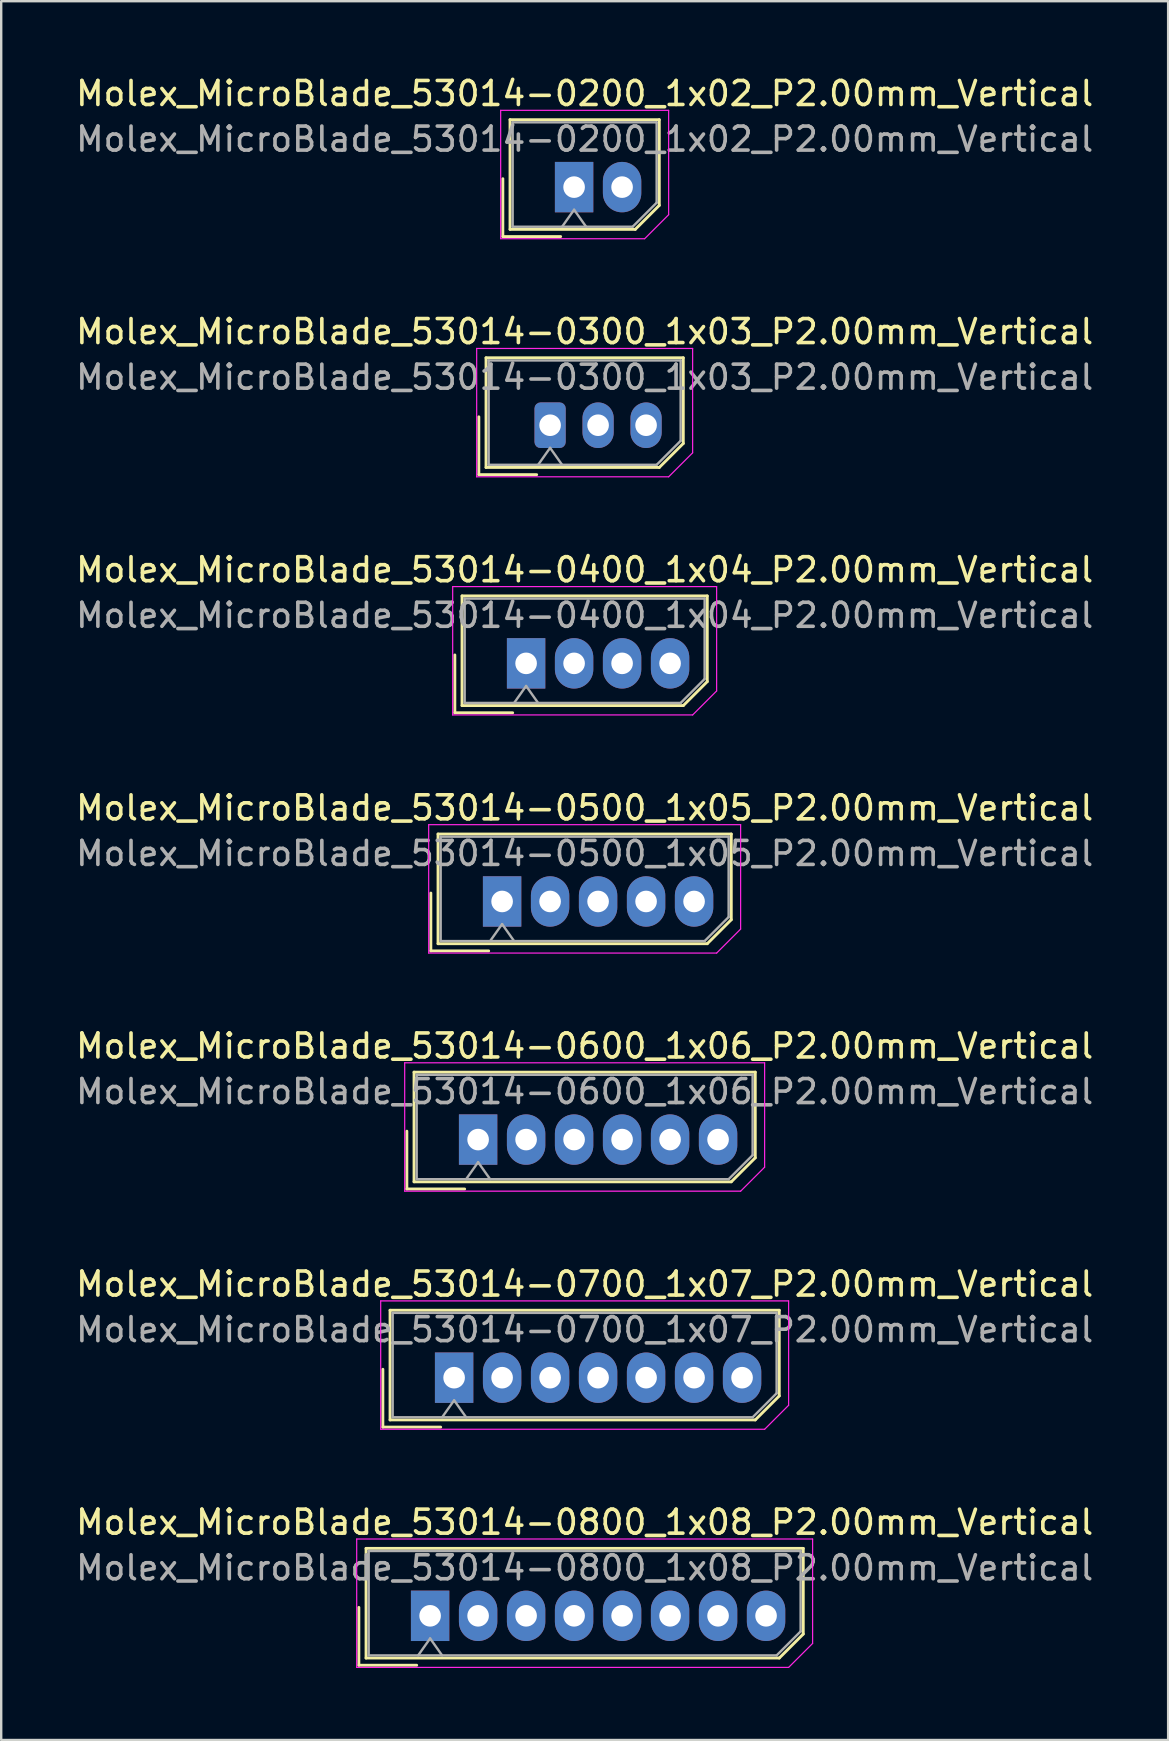
<source format=kicad_pcb>
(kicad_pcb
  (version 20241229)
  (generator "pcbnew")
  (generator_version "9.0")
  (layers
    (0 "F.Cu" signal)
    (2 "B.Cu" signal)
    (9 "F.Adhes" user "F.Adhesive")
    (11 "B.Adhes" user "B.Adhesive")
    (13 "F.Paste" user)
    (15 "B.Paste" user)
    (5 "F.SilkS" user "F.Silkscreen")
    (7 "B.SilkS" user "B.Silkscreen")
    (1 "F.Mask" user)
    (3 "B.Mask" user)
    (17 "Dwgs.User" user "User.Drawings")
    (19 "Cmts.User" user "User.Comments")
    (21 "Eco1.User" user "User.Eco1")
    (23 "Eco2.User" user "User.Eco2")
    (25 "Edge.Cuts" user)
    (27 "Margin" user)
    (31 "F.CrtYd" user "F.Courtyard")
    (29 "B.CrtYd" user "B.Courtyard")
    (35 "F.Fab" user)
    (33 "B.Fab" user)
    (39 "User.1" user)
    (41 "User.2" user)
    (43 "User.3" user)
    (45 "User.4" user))
  (footprint "Molex_MicroBlade_53014-0800_1x08_P2.00mm_Vertical"
    (layer "F.Cu")
    (at 14.875 64.288)
    (property "Reference" "Molex_MicroBlade_53014-0800_1x08_P2.00mm_Vertical" (at 6.44 -3.9 0) (layer "F.SilkS") (effects (font (size 1 1) (thickness 0.15))))
    (attr through_hole)
    (fp_line (start -2.97 -0.35) (end -2.97 2.06) (stroke (width 0.12) (type solid)) (layer "F.SilkS"))
    (fp_line (start -2.97 2.06) (end -0.56 2.06) (stroke (width 0.12) (type solid)) (layer "F.SilkS"))
    (fp_line (start -2.67 -2.81) (end -2.67 1.76) (stroke (width 0.12) (type solid)) (layer "F.SilkS"))
    (fp_line (start -2.67 1.76) (end 14.55 1.76) (stroke (width 0.12) (type solid)) (layer "F.SilkS"))
    (fp_line (start 14.55 1.76) (end 15.55 0.76) (stroke (width 0.12) (type solid)) (layer "F.SilkS"))
    (fp_line (start 15.55 -2.81) (end -2.67 -2.81) (stroke (width 0.12) (type solid)) (layer "F.SilkS"))
    (fp_line (start 15.55 0.76) (end 15.55 -2.81) (stroke (width 0.12) (type solid)) (layer "F.SilkS"))
    (fp_line (start -3.06 -3.2) (end -3.06 2.15) (stroke (width 0.05) (type solid)) (layer "F.CrtYd"))
    (fp_line (start -3.06 2.15) (end 14.94 2.15) (stroke (width 0.05) (type solid)) (layer "F.CrtYd"))
    (fp_line (start 14.94 2.15) (end 15.94 1.15) (stroke (width 0.05) (type solid)) (layer "F.CrtYd"))
    (fp_line (start 15.94 -3.2) (end -3.06 -3.2) (stroke (width 0.05) (type solid)) (layer "F.CrtYd"))
    (fp_line (start 15.94 1.15) (end 15.94 -3.2) (stroke (width 0.05) (type solid)) (layer "F.CrtYd"))
    (fp_line (start -2.56 -2.7) (end -2.56 1.65) (stroke (width 0.1) (type solid)) (layer "F.Fab"))
    (fp_line (start -2.56 1.65) (end 14.44 1.65) (stroke (width 0.1) (type solid)) (layer "F.Fab"))
    (fp_line (start -0.5 1.65) (end 0 0.943) (stroke (width 0.1) (type solid)) (layer "F.Fab"))
    (fp_line (start 0 0.943) (end 0.5 1.65) (stroke (width 0.1) (type solid)) (layer "F.Fab"))
    (fp_line (start 14.44 1.65) (end 15.44 0.65) (stroke (width 0.1) (type solid)) (layer "F.Fab"))
    (fp_line (start 15.44 -2.7) (end -2.56 -2.7) (stroke (width 0.1) (type solid)) (layer "F.Fab"))
    (fp_line (start 15.44 0.65) (end 15.44 -2.7) (stroke (width 0.1) (type solid)) (layer "F.Fab"))
    (fp_text user "${REFERENCE}" (at 6.44 -2 0) (layer "F.Fab") (effects (font (size 1 1) (thickness 0.15))))
    (pad "1" thru_hole rect (at 0 0) (size 1.6 2.1) (drill 0.9) (layers "*.Cu" "*.Mask"))
    (pad "2" thru_hole oval (at 2 0) (size 1.6 2.1) (drill 0.9) (layers "*.Cu" "*.Mask"))
    (pad "3" thru_hole oval (at 4 0) (size 1.6 2.1) (drill 0.9) (layers "*.Cu" "*.Mask"))
    (pad "4" thru_hole oval (at 6 0) (size 1.6 2.1) (drill 0.9) (layers "*.Cu" "*.Mask"))
    (pad "5" thru_hole oval (at 8 0) (size 1.6 2.1) (drill 0.9) (layers "*.Cu" "*.Mask"))
    (pad "6" thru_hole oval (at 10 0) (size 1.6 2.1) (drill 0.9) (layers "*.Cu" "*.Mask"))
    (pad "7" thru_hole oval (at 12 0) (size 1.6 2.1) (drill 0.9) (layers "*.Cu" "*.Mask"))
    (pad "8" thru_hole oval (at 14 0) (size 1.6 2.1) (drill 0.9) (layers "*.Cu" "*.Mask")))
  (footprint "Molex_MicroBlade_53014-0600_1x06_P2.00mm_Vertical"
    (layer "F.Cu")
    (at 16.875 44.441)
    (property "Reference" "Molex_MicroBlade_53014-0600_1x06_P2.00mm_Vertical" (at 4.44 -3.9 0) (layer "F.SilkS") (effects (font (size 1 1) (thickness 0.15))))
    (attr through_hole)
    (fp_line (start -2.97 -0.35) (end -2.97 2.06) (stroke (width 0.12) (type solid)) (layer "F.SilkS"))
    (fp_line (start -2.97 2.06) (end -0.56 2.06) (stroke (width 0.12) (type solid)) (layer "F.SilkS"))
    (fp_line (start -2.67 -2.81) (end -2.67 1.76) (stroke (width 0.12) (type solid)) (layer "F.SilkS"))
    (fp_line (start -2.67 1.76) (end 10.55 1.76) (stroke (width 0.12) (type solid)) (layer "F.SilkS"))
    (fp_line (start 10.55 1.76) (end 11.55 0.76) (stroke (width 0.12) (type solid)) (layer "F.SilkS"))
    (fp_line (start 11.55 -2.81) (end -2.67 -2.81) (stroke (width 0.12) (type solid)) (layer "F.SilkS"))
    (fp_line (start 11.55 0.76) (end 11.55 -2.81) (stroke (width 0.12) (type solid)) (layer "F.SilkS"))
    (fp_line (start -3.06 -3.2) (end -3.06 2.15) (stroke (width 0.05) (type solid)) (layer "F.CrtYd"))
    (fp_line (start -3.06 2.15) (end 10.94 2.15) (stroke (width 0.05) (type solid)) (layer "F.CrtYd"))
    (fp_line (start 10.94 2.15) (end 11.94 1.15) (stroke (width 0.05) (type solid)) (layer "F.CrtYd"))
    (fp_line (start 11.94 -3.2) (end -3.06 -3.2) (stroke (width 0.05) (type solid)) (layer "F.CrtYd"))
    (fp_line (start 11.94 1.15) (end 11.94 -3.2) (stroke (width 0.05) (type solid)) (layer "F.CrtYd"))
    (fp_line (start -2.56 -2.7) (end -2.56 1.65) (stroke (width 0.1) (type solid)) (layer "F.Fab"))
    (fp_line (start -2.56 1.65) (end 10.44 1.65) (stroke (width 0.1) (type solid)) (layer "F.Fab"))
    (fp_line (start -0.5 1.65) (end 0 0.943) (stroke (width 0.1) (type solid)) (layer "F.Fab"))
    (fp_line (start 0 0.943) (end 0.5 1.65) (stroke (width 0.1) (type solid)) (layer "F.Fab"))
    (fp_line (start 10.44 1.65) (end 11.44 0.65) (stroke (width 0.1) (type solid)) (layer "F.Fab"))
    (fp_line (start 11.44 -2.7) (end -2.56 -2.7) (stroke (width 0.1) (type solid)) (layer "F.Fab"))
    (fp_line (start 11.44 0.65) (end 11.44 -2.7) (stroke (width 0.1) (type solid)) (layer "F.Fab"))
    (fp_text user "${REFERENCE}" (at 4.44 -2 0) (layer "F.Fab") (effects (font (size 1 1) (thickness 0.15))))
    (pad "1" thru_hole rect (at 0 0) (size 1.6 2.1) (drill 0.9) (layers "*.Cu" "*.Mask"))
    (pad "2" thru_hole oval (at 2 0) (size 1.6 2.1) (drill 0.9) (layers "*.Cu" "*.Mask"))
    (pad "3" thru_hole oval (at 4 0) (size 1.6 2.1) (drill 0.9) (layers "*.Cu" "*.Mask"))
    (pad "4" thru_hole oval (at 6 0) (size 1.6 2.1) (drill 0.9) (layers "*.Cu" "*.Mask"))
    (pad "5" thru_hole oval (at 8 0) (size 1.6 2.1) (drill 0.9) (layers "*.Cu" "*.Mask"))
    (pad "6" thru_hole oval (at 10 0) (size 1.6 2.1) (drill 0.9) (layers "*.Cu" "*.Mask")))
  (footprint "Molex_MicroBlade_53014-0300_1x03_P2.00mm_Vertical"
    (layer "F.Cu")
    (at 19.875 14.671)
    (property "Reference" "Molex_MicroBlade_53014-0300_1x03_P2.00mm_Vertical" (at 1.44 -3.9 0) (layer "F.SilkS") (effects (font (size 1 1) (thickness 0.15))))
    (attr through_hole)
    (fp_line (start -2.97 -0.35) (end -2.97 2.06) (stroke (width 0.12) (type solid)) (layer "F.SilkS"))
    (fp_line (start -2.97 2.06) (end -0.56 2.06) (stroke (width 0.12) (type solid)) (layer "F.SilkS"))
    (fp_line (start -2.67 -2.81) (end -2.67 1.76) (stroke (width 0.12) (type solid)) (layer "F.SilkS"))
    (fp_line (start -2.67 1.76) (end 4.55 1.76) (stroke (width 0.12) (type solid)) (layer "F.SilkS"))
    (fp_line (start 4.55 1.76) (end 5.55 0.76) (stroke (width 0.12) (type solid)) (layer "F.SilkS"))
    (fp_line (start 5.55 -2.81) (end -2.67 -2.81) (stroke (width 0.12) (type solid)) (layer "F.SilkS"))
    (fp_line (start 5.55 0.76) (end 5.55 -2.81) (stroke (width 0.12) (type solid)) (layer "F.SilkS"))
    (fp_line (start -3.06 -3.2) (end -3.06 2.15) (stroke (width 0.05) (type solid)) (layer "F.CrtYd"))
    (fp_line (start -3.06 2.15) (end 4.94 2.15) (stroke (width 0.05) (type solid)) (layer "F.CrtYd"))
    (fp_line (start 4.94 2.15) (end 5.94 1.15) (stroke (width 0.05) (type solid)) (layer "F.CrtYd"))
    (fp_line (start 5.94 -3.2) (end -3.06 -3.2) (stroke (width 0.05) (type solid)) (layer "F.CrtYd"))
    (fp_line (start 5.94 1.15) (end 5.94 -3.2) (stroke (width 0.05) (type solid)) (layer "F.CrtYd"))
    (fp_line (start -2.56 -2.7) (end -2.56 1.65) (stroke (width 0.1) (type solid)) (layer "F.Fab"))
    (fp_line (start -2.56 1.65) (end 4.44 1.65) (stroke (width 0.1) (type solid)) (layer "F.Fab"))
    (fp_line (start -0.5 1.65) (end 0 0.943) (stroke (width 0.1) (type solid)) (layer "F.Fab"))
    (fp_line (start 0 0.943) (end 0.5 1.65) (stroke (width 0.1) (type solid)) (layer "F.Fab"))
    (fp_line (start 4.44 1.65) (end 5.44 0.65) (stroke (width 0.1) (type solid)) (layer "F.Fab"))
    (fp_line (start 5.44 -2.7) (end -2.56 -2.7) (stroke (width 0.1) (type solid)) (layer "F.Fab"))
    (fp_line (start 5.44 0.65) (end 5.44 -2.7) (stroke (width 0.1) (type solid)) (layer "F.Fab"))
    (fp_text user "${REFERENCE}" (at 1.44 -2 0) (layer "F.Fab") (effects (font (size 1 1) (thickness 0.15))))
    (pad "1" thru_hole roundrect (at 0 0) (size 1.3 1.9) (drill 0.9) (layers "*.Cu" "*.Mask") (roundrect_rratio 0.192))
    (pad "2" thru_hole oval (at 2 0) (size 1.3 1.9) (drill 0.9) (layers "*.Cu" "*.Mask"))
    (pad "3" thru_hole oval (at 4 0) (size 1.3 1.9) (drill 0.9) (layers "*.Cu" "*.Mask")))
  (footprint "Molex_MicroBlade_53014-0200_1x02_P2.00mm_Vertical"
    (layer "F.Cu")
    (at 20.875 4.748)
    (property "Reference" "Molex_MicroBlade_53014-0200_1x02_P2.00mm_Vertical" (at 0.44 -3.9 0) (layer "F.SilkS") (effects (font (size 1 1) (thickness 0.15))))
    (attr through_hole)
    (fp_line (start -2.97 -0.35) (end -2.97 2.06) (stroke (width 0.12) (type solid)) (layer "F.SilkS"))
    (fp_line (start -2.97 2.06) (end -0.56 2.06) (stroke (width 0.12) (type solid)) (layer "F.SilkS"))
    (fp_line (start -2.67 -2.81) (end -2.67 1.76) (stroke (width 0.12) (type solid)) (layer "F.SilkS"))
    (fp_line (start -2.67 1.76) (end 2.55 1.76) (stroke (width 0.12) (type solid)) (layer "F.SilkS"))
    (fp_line (start 2.55 1.76) (end 3.55 0.76) (stroke (width 0.12) (type solid)) (layer "F.SilkS"))
    (fp_line (start 3.55 -2.81) (end -2.67 -2.81) (stroke (width 0.12) (type solid)) (layer "F.SilkS"))
    (fp_line (start 3.55 0.76) (end 3.55 -2.81) (stroke (width 0.12) (type solid)) (layer "F.SilkS"))
    (fp_line (start -3.06 -3.2) (end -3.06 2.15) (stroke (width 0.05) (type solid)) (layer "F.CrtYd"))
    (fp_line (start -3.06 2.15) (end 2.94 2.15) (stroke (width 0.05) (type solid)) (layer "F.CrtYd"))
    (fp_line (start 2.94 2.15) (end 3.94 1.15) (stroke (width 0.05) (type solid)) (layer "F.CrtYd"))
    (fp_line (start 3.94 -3.2) (end -3.06 -3.2) (stroke (width 0.05) (type solid)) (layer "F.CrtYd"))
    (fp_line (start 3.94 1.15) (end 3.94 -3.2) (stroke (width 0.05) (type solid)) (layer "F.CrtYd"))
    (fp_line (start -2.56 -2.7) (end -2.56 1.65) (stroke (width 0.1) (type solid)) (layer "F.Fab"))
    (fp_line (start -2.56 1.65) (end 2.44 1.65) (stroke (width 0.1) (type solid)) (layer "F.Fab"))
    (fp_line (start -0.5 1.65) (end 0 0.943) (stroke (width 0.1) (type solid)) (layer "F.Fab"))
    (fp_line (start 0 0.943) (end 0.5 1.65) (stroke (width 0.1) (type solid)) (layer "F.Fab"))
    (fp_line (start 2.44 1.65) (end 3.44 0.65) (stroke (width 0.1) (type solid)) (layer "F.Fab"))
    (fp_line (start 3.44 -2.7) (end -2.56 -2.7) (stroke (width 0.1) (type solid)) (layer "F.Fab"))
    (fp_line (start 3.44 0.65) (end 3.44 -2.7) (stroke (width 0.1) (type solid)) (layer "F.Fab"))
    (fp_text user "${REFERENCE}" (at 0.44 -2 0) (layer "F.Fab") (effects (font (size 1 1) (thickness 0.15))))
    (pad "1" thru_hole rect (at 0 0) (size 1.6 2.1) (drill 0.9) (layers "*.Cu" "*.Mask"))
    (pad "2" thru_hole oval (at 2 0) (size 1.6 2.1) (drill 0.9) (layers "*.Cu" "*.Mask")))
  (footprint "Molex_MicroBlade_53014-0500_1x05_P2.00mm_Vertical"
    (layer "F.Cu")
    (at 17.875 34.518)
    (property "Reference" "Molex_MicroBlade_53014-0500_1x05_P2.00mm_Vertical" (at 3.44 -3.9 0) (layer "F.SilkS") (effects (font (size 1 1) (thickness 0.15))))
    (attr through_hole)
    (fp_line (start -2.97 -0.35) (end -2.97 2.06) (stroke (width 0.12) (type solid)) (layer "F.SilkS"))
    (fp_line (start -2.97 2.06) (end -0.56 2.06) (stroke (width 0.12) (type solid)) (layer "F.SilkS"))
    (fp_line (start -2.67 -2.81) (end -2.67 1.76) (stroke (width 0.12) (type solid)) (layer "F.SilkS"))
    (fp_line (start -2.67 1.76) (end 8.55 1.76) (stroke (width 0.12) (type solid)) (layer "F.SilkS"))
    (fp_line (start 8.55 1.76) (end 9.55 0.76) (stroke (width 0.12) (type solid)) (layer "F.SilkS"))
    (fp_line (start 9.55 -2.81) (end -2.67 -2.81) (stroke (width 0.12) (type solid)) (layer "F.SilkS"))
    (fp_line (start 9.55 0.76) (end 9.55 -2.81) (stroke (width 0.12) (type solid)) (layer "F.SilkS"))
    (fp_line (start -3.06 -3.2) (end -3.06 2.15) (stroke (width 0.05) (type solid)) (layer "F.CrtYd"))
    (fp_line (start -3.06 2.15) (end 8.94 2.15) (stroke (width 0.05) (type solid)) (layer "F.CrtYd"))
    (fp_line (start 8.94 2.15) (end 9.94 1.15) (stroke (width 0.05) (type solid)) (layer "F.CrtYd"))
    (fp_line (start 9.94 -3.2) (end -3.06 -3.2) (stroke (width 0.05) (type solid)) (layer "F.CrtYd"))
    (fp_line (start 9.94 1.15) (end 9.94 -3.2) (stroke (width 0.05) (type solid)) (layer "F.CrtYd"))
    (fp_line (start -2.56 -2.7) (end -2.56 1.65) (stroke (width 0.1) (type solid)) (layer "F.Fab"))
    (fp_line (start -2.56 1.65) (end 8.44 1.65) (stroke (width 0.1) (type solid)) (layer "F.Fab"))
    (fp_line (start -0.5 1.65) (end 0 0.943) (stroke (width 0.1) (type solid)) (layer "F.Fab"))
    (fp_line (start 0 0.943) (end 0.5 1.65) (stroke (width 0.1) (type solid)) (layer "F.Fab"))
    (fp_line (start 8.44 1.65) (end 9.44 0.65) (stroke (width 0.1) (type solid)) (layer "F.Fab"))
    (fp_line (start 9.44 -2.7) (end -2.56 -2.7) (stroke (width 0.1) (type solid)) (layer "F.Fab"))
    (fp_line (start 9.44 0.65) (end 9.44 -2.7) (stroke (width 0.1) (type solid)) (layer "F.Fab"))
    (fp_text user "${REFERENCE}" (at 3.44 -2 0) (layer "F.Fab") (effects (font (size 1 1) (thickness 0.15))))
    (pad "1" thru_hole rect (at 0 0) (size 1.6 2.1) (drill 0.9) (layers "*.Cu" "*.Mask"))
    (pad "2" thru_hole oval (at 2 0) (size 1.6 2.1) (drill 0.9) (layers "*.Cu" "*.Mask"))
    (pad "3" thru_hole oval (at 4 0) (size 1.6 2.1) (drill 0.9) (layers "*.Cu" "*.Mask"))
    (pad "4" thru_hole oval (at 6 0) (size 1.6 2.1) (drill 0.9) (layers "*.Cu" "*.Mask"))
    (pad "5" thru_hole oval (at 8 0) (size 1.6 2.1) (drill 0.9) (layers "*.Cu" "*.Mask")))
  (footprint "Molex_MicroBlade_53014-0700_1x07_P2.00mm_Vertical"
    (layer "F.Cu")
    (at 15.875 54.364)
    (property "Reference" "Molex_MicroBlade_53014-0700_1x07_P2.00mm_Vertical" (at 5.44 -3.9 0) (layer "F.SilkS") (effects (font (size 1 1) (thickness 0.15))))
    (attr through_hole)
    (fp_line (start -2.97 -0.35) (end -2.97 2.06) (stroke (width 0.12) (type solid)) (layer "F.SilkS"))
    (fp_line (start -2.97 2.06) (end -0.56 2.06) (stroke (width 0.12) (type solid)) (layer "F.SilkS"))
    (fp_line (start -2.67 -2.81) (end -2.67 1.76) (stroke (width 0.12) (type solid)) (layer "F.SilkS"))
    (fp_line (start -2.67 1.76) (end 12.55 1.76) (stroke (width 0.12) (type solid)) (layer "F.SilkS"))
    (fp_line (start 12.55 1.76) (end 13.55 0.76) (stroke (width 0.12) (type solid)) (layer "F.SilkS"))
    (fp_line (start 13.55 -2.81) (end -2.67 -2.81) (stroke (width 0.12) (type solid)) (layer "F.SilkS"))
    (fp_line (start 13.55 0.76) (end 13.55 -2.81) (stroke (width 0.12) (type solid)) (layer "F.SilkS"))
    (fp_line (start -3.06 -3.2) (end -3.06 2.15) (stroke (width 0.05) (type solid)) (layer "F.CrtYd"))
    (fp_line (start -3.06 2.15) (end 12.94 2.15) (stroke (width 0.05) (type solid)) (layer "F.CrtYd"))
    (fp_line (start 12.94 2.15) (end 13.94 1.15) (stroke (width 0.05) (type solid)) (layer "F.CrtYd"))
    (fp_line (start 13.94 -3.2) (end -3.06 -3.2) (stroke (width 0.05) (type solid)) (layer "F.CrtYd"))
    (fp_line (start 13.94 1.15) (end 13.94 -3.2) (stroke (width 0.05) (type solid)) (layer "F.CrtYd"))
    (fp_line (start -2.56 -2.7) (end -2.56 1.65) (stroke (width 0.1) (type solid)) (layer "F.Fab"))
    (fp_line (start -2.56 1.65) (end 12.44 1.65) (stroke (width 0.1) (type solid)) (layer "F.Fab"))
    (fp_line (start -0.5 1.65) (end 0 0.943) (stroke (width 0.1) (type solid)) (layer "F.Fab"))
    (fp_line (start 0 0.943) (end 0.5 1.65) (stroke (width 0.1) (type solid)) (layer "F.Fab"))
    (fp_line (start 12.44 1.65) (end 13.44 0.65) (stroke (width 0.1) (type solid)) (layer "F.Fab"))
    (fp_line (start 13.44 -2.7) (end -2.56 -2.7) (stroke (width 0.1) (type solid)) (layer "F.Fab"))
    (fp_line (start 13.44 0.65) (end 13.44 -2.7) (stroke (width 0.1) (type solid)) (layer "F.Fab"))
    (fp_text user "${REFERENCE}" (at 5.44 -2 0) (layer "F.Fab") (effects (font (size 1 1) (thickness 0.15))))
    (pad "1" thru_hole rect (at 0 0) (size 1.6 2.1) (drill 0.9) (layers "*.Cu" "*.Mask"))
    (pad "2" thru_hole oval (at 2 0) (size 1.6 2.1) (drill 0.9) (layers "*.Cu" "*.Mask"))
    (pad "3" thru_hole oval (at 4 0) (size 1.6 2.1) (drill 0.9) (layers "*.Cu" "*.Mask"))
    (pad "4" thru_hole oval (at 6 0) (size 1.6 2.1) (drill 0.9) (layers "*.Cu" "*.Mask"))
    (pad "5" thru_hole oval (at 8 0) (size 1.6 2.1) (drill 0.9) (layers "*.Cu" "*.Mask"))
    (pad "6" thru_hole oval (at 10 0) (size 1.6 2.1) (drill 0.9) (layers "*.Cu" "*.Mask"))
    (pad "7" thru_hole oval (at 12 0) (size 1.6 2.1) (drill 0.9) (layers "*.Cu" "*.Mask")))
  (footprint "Molex_MicroBlade_53014-0400_1x04_P2.00mm_Vertical"
    (layer "F.Cu")
    (at 18.875 24.595)
    (property "Reference" "Molex_MicroBlade_53014-0400_1x04_P2.00mm_Vertical" (at 2.44 -3.9 0) (layer "F.SilkS") (effects (font (size 1 1) (thickness 0.15))))
    (attr through_hole)
    (fp_line (start -2.97 -0.35) (end -2.97 2.06) (stroke (width 0.12) (type solid)) (layer "F.SilkS"))
    (fp_line (start -2.97 2.06) (end -0.56 2.06) (stroke (width 0.12) (type solid)) (layer "F.SilkS"))
    (fp_line (start -2.67 -2.81) (end -2.67 1.76) (stroke (width 0.12) (type solid)) (layer "F.SilkS"))
    (fp_line (start -2.67 1.76) (end 6.55 1.76) (stroke (width 0.12) (type solid)) (layer "F.SilkS"))
    (fp_line (start 6.55 1.76) (end 7.55 0.76) (stroke (width 0.12) (type solid)) (layer "F.SilkS"))
    (fp_line (start 7.55 -2.81) (end -2.67 -2.81) (stroke (width 0.12) (type solid)) (layer "F.SilkS"))
    (fp_line (start 7.55 0.76) (end 7.55 -2.81) (stroke (width 0.12) (type solid)) (layer "F.SilkS"))
    (fp_line (start -3.06 -3.2) (end -3.06 2.15) (stroke (width 0.05) (type solid)) (layer "F.CrtYd"))
    (fp_line (start -3.06 2.15) (end 6.94 2.15) (stroke (width 0.05) (type solid)) (layer "F.CrtYd"))
    (fp_line (start 6.94 2.15) (end 7.94 1.15) (stroke (width 0.05) (type solid)) (layer "F.CrtYd"))
    (fp_line (start 7.94 -3.2) (end -3.06 -3.2) (stroke (width 0.05) (type solid)) (layer "F.CrtYd"))
    (fp_line (start 7.94 1.15) (end 7.94 -3.2) (stroke (width 0.05) (type solid)) (layer "F.CrtYd"))
    (fp_line (start -2.56 -2.7) (end -2.56 1.65) (stroke (width 0.1) (type solid)) (layer "F.Fab"))
    (fp_line (start -2.56 1.65) (end 6.44 1.65) (stroke (width 0.1) (type solid)) (layer "F.Fab"))
    (fp_line (start -0.5 1.65) (end 0 0.943) (stroke (width 0.1) (type solid)) (layer "F.Fab"))
    (fp_line (start 0 0.943) (end 0.5 1.65) (stroke (width 0.1) (type solid)) (layer "F.Fab"))
    (fp_line (start 6.44 1.65) (end 7.44 0.65) (stroke (width 0.1) (type solid)) (layer "F.Fab"))
    (fp_line (start 7.44 -2.7) (end -2.56 -2.7) (stroke (width 0.1) (type solid)) (layer "F.Fab"))
    (fp_line (start 7.44 0.65) (end 7.44 -2.7) (stroke (width 0.1) (type solid)) (layer "F.Fab"))
    (fp_text user "${REFERENCE}" (at 2.44 -2 0) (layer "F.Fab") (effects (font (size 1 1) (thickness 0.15))))
    (pad "1" thru_hole rect (at 0 0) (size 1.6 2.1) (drill 0.9) (layers "*.Cu" "*.Mask"))
    (pad "2" thru_hole oval (at 2 0) (size 1.6 2.1) (drill 0.9) (layers "*.Cu" "*.Mask"))
    (pad "3" thru_hole oval (at 4 0) (size 1.6 2.1) (drill 0.9) (layers "*.Cu" "*.Mask"))
    (pad "4" thru_hole oval (at 6 0) (size 1.6 2.1) (drill 0.9) (layers "*.Cu" "*.Mask")))
  (gr_rect
    (start -3 -3)
    (end 45.631 69.463)
    (stroke (width 0.1) (type default))
    (fill no)
    (layer "Edge.Cuts")))
</source>
